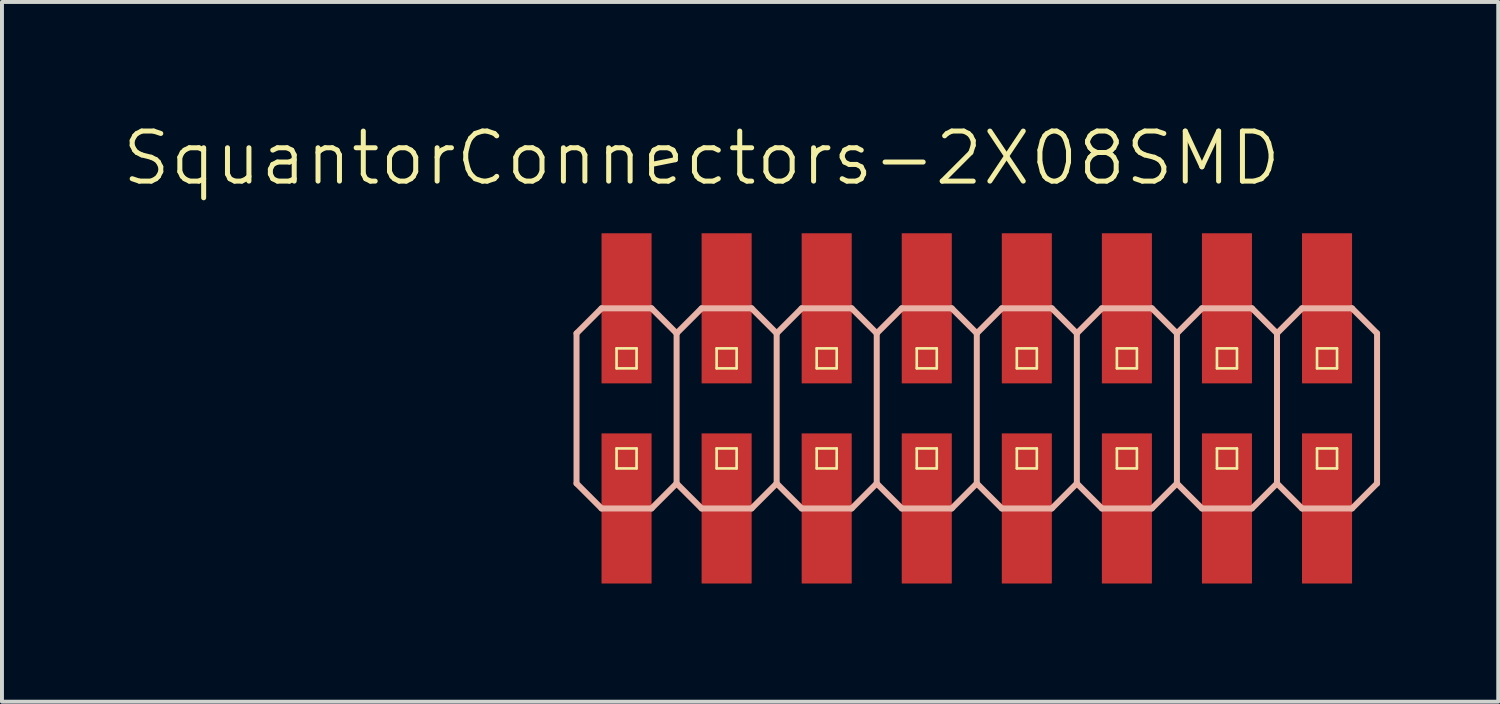
<source format=kicad_pcb>
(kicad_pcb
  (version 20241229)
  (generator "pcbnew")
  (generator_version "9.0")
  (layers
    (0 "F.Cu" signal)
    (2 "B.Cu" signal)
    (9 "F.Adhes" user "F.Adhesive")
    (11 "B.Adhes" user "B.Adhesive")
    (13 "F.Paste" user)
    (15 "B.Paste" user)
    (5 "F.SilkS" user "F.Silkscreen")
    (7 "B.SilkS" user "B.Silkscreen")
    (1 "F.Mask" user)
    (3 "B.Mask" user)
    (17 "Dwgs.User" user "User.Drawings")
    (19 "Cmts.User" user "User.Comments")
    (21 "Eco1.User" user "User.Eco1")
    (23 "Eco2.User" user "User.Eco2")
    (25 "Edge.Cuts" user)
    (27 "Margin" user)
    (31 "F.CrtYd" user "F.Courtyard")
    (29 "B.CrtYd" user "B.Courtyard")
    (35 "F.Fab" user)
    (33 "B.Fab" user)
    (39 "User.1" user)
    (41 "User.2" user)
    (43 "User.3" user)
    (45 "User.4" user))
  (footprint "SquantorConnectors-2X08SMD"
    (layer "F.Cu")
    (at 21.744 7.316)
    (property "Reference" "SquantorConnectors-2X08SMD" (at -6.985 -6.35 0) (layer "F.SilkS") (effects (font (size 1.27 1.27) (thickness 0.127))))
    (attr smd)
    (fp_line (start -9.144 -1.524) (end -8.636 -1.524) (stroke (width 0.066) (type solid)) (layer "F.SilkS"))
    (fp_line (start -9.144 -1.016) (end -9.144 -1.524) (stroke (width 0.066) (type solid)) (layer "F.SilkS"))
    (fp_line (start -9.144 -1.016) (end -8.636 -1.016) (stroke (width 0.066) (type solid)) (layer "F.SilkS"))
    (fp_line (start -9.144 1.016) (end -8.636 1.016) (stroke (width 0.066) (type solid)) (layer "F.SilkS"))
    (fp_line (start -9.144 1.524) (end -9.144 1.016) (stroke (width 0.066) (type solid)) (layer "F.SilkS"))
    (fp_line (start -9.144 1.524) (end -8.636 1.524) (stroke (width 0.066) (type solid)) (layer "F.SilkS"))
    (fp_line (start -8.636 -1.016) (end -8.636 -1.524) (stroke (width 0.066) (type solid)) (layer "F.SilkS"))
    (fp_line (start -8.636 1.524) (end -8.636 1.016) (stroke (width 0.066) (type solid)) (layer "F.SilkS"))
    (fp_line (start -6.604 -1.524) (end -6.096 -1.524) (stroke (width 0.066) (type solid)) (layer "F.SilkS"))
    (fp_line (start -6.604 -1.016) (end -6.604 -1.524) (stroke (width 0.066) (type solid)) (layer "F.SilkS"))
    (fp_line (start -6.604 -1.016) (end -6.096 -1.016) (stroke (width 0.066) (type solid)) (layer "F.SilkS"))
    (fp_line (start -6.604 1.016) (end -6.096 1.016) (stroke (width 0.066) (type solid)) (layer "F.SilkS"))
    (fp_line (start -6.604 1.524) (end -6.604 1.016) (stroke (width 0.066) (type solid)) (layer "F.SilkS"))
    (fp_line (start -6.604 1.524) (end -6.096 1.524) (stroke (width 0.066) (type solid)) (layer "F.SilkS"))
    (fp_line (start -6.096 -1.016) (end -6.096 -1.524) (stroke (width 0.066) (type solid)) (layer "F.SilkS"))
    (fp_line (start -6.096 1.524) (end -6.096 1.016) (stroke (width 0.066) (type solid)) (layer "F.SilkS"))
    (fp_line (start -4.064 -1.524) (end -3.556 -1.524) (stroke (width 0.066) (type solid)) (layer "F.SilkS"))
    (fp_line (start -4.064 -1.016) (end -4.064 -1.524) (stroke (width 0.066) (type solid)) (layer "F.SilkS"))
    (fp_line (start -4.064 -1.016) (end -3.556 -1.016) (stroke (width 0.066) (type solid)) (layer "F.SilkS"))
    (fp_line (start -4.064 1.016) (end -3.556 1.016) (stroke (width 0.066) (type solid)) (layer "F.SilkS"))
    (fp_line (start -4.064 1.524) (end -4.064 1.016) (stroke (width 0.066) (type solid)) (layer "F.SilkS"))
    (fp_line (start -4.064 1.524) (end -3.556 1.524) (stroke (width 0.066) (type solid)) (layer "F.SilkS"))
    (fp_line (start -3.556 -1.016) (end -3.556 -1.524) (stroke (width 0.066) (type solid)) (layer "F.SilkS"))
    (fp_line (start -3.556 1.524) (end -3.556 1.016) (stroke (width 0.066) (type solid)) (layer "F.SilkS"))
    (fp_line (start -1.524 -1.524) (end -1.016 -1.524) (stroke (width 0.066) (type solid)) (layer "F.SilkS"))
    (fp_line (start -1.524 -1.016) (end -1.524 -1.524) (stroke (width 0.066) (type solid)) (layer "F.SilkS"))
    (fp_line (start -1.524 -1.016) (end -1.016 -1.016) (stroke (width 0.066) (type solid)) (layer "F.SilkS"))
    (fp_line (start -1.524 1.016) (end -1.016 1.016) (stroke (width 0.066) (type solid)) (layer "F.SilkS"))
    (fp_line (start -1.524 1.524) (end -1.524 1.016) (stroke (width 0.066) (type solid)) (layer "F.SilkS"))
    (fp_line (start -1.524 1.524) (end -1.016 1.524) (stroke (width 0.066) (type solid)) (layer "F.SilkS"))
    (fp_line (start -1.016 -1.016) (end -1.016 -1.524) (stroke (width 0.066) (type solid)) (layer "F.SilkS"))
    (fp_line (start -1.016 1.524) (end -1.016 1.016) (stroke (width 0.066) (type solid)) (layer "F.SilkS"))
    (fp_line (start 1.016 -1.524) (end 1.524 -1.524) (stroke (width 0.066) (type solid)) (layer "F.SilkS"))
    (fp_line (start 1.016 -1.016) (end 1.016 -1.524) (stroke (width 0.066) (type solid)) (layer "F.SilkS"))
    (fp_line (start 1.016 -1.016) (end 1.524 -1.016) (stroke (width 0.066) (type solid)) (layer "F.SilkS"))
    (fp_line (start 1.016 1.016) (end 1.524 1.016) (stroke (width 0.066) (type solid)) (layer "F.SilkS"))
    (fp_line (start 1.016 1.524) (end 1.016 1.016) (stroke (width 0.066) (type solid)) (layer "F.SilkS"))
    (fp_line (start 1.016 1.524) (end 1.524 1.524) (stroke (width 0.066) (type solid)) (layer "F.SilkS"))
    (fp_line (start 1.524 -1.016) (end 1.524 -1.524) (stroke (width 0.066) (type solid)) (layer "F.SilkS"))
    (fp_line (start 1.524 1.524) (end 1.524 1.016) (stroke (width 0.066) (type solid)) (layer "F.SilkS"))
    (fp_line (start 3.556 -1.524) (end 4.064 -1.524) (stroke (width 0.066) (type solid)) (layer "F.SilkS"))
    (fp_line (start 3.556 -1.016) (end 3.556 -1.524) (stroke (width 0.066) (type solid)) (layer "F.SilkS"))
    (fp_line (start 3.556 -1.016) (end 4.064 -1.016) (stroke (width 0.066) (type solid)) (layer "F.SilkS"))
    (fp_line (start 3.556 1.016) (end 4.064 1.016) (stroke (width 0.066) (type solid)) (layer "F.SilkS"))
    (fp_line (start 3.556 1.524) (end 3.556 1.016) (stroke (width 0.066) (type solid)) (layer "F.SilkS"))
    (fp_line (start 3.556 1.524) (end 4.064 1.524) (stroke (width 0.066) (type solid)) (layer "F.SilkS"))
    (fp_line (start 4.064 -1.016) (end 4.064 -1.524) (stroke (width 0.066) (type solid)) (layer "F.SilkS"))
    (fp_line (start 4.064 1.524) (end 4.064 1.016) (stroke (width 0.066) (type solid)) (layer "F.SilkS"))
    (fp_line (start 6.096 -1.524) (end 6.604 -1.524) (stroke (width 0.066) (type solid)) (layer "F.SilkS"))
    (fp_line (start 6.096 -1.016) (end 6.096 -1.524) (stroke (width 0.066) (type solid)) (layer "F.SilkS"))
    (fp_line (start 6.096 -1.016) (end 6.604 -1.016) (stroke (width 0.066) (type solid)) (layer "F.SilkS"))
    (fp_line (start 6.096 1.016) (end 6.604 1.016) (stroke (width 0.066) (type solid)) (layer "F.SilkS"))
    (fp_line (start 6.096 1.524) (end 6.096 1.016) (stroke (width 0.066) (type solid)) (layer "F.SilkS"))
    (fp_line (start 6.096 1.524) (end 6.604 1.524) (stroke (width 0.066) (type solid)) (layer "F.SilkS"))
    (fp_line (start 6.604 -1.016) (end 6.604 -1.524) (stroke (width 0.066) (type solid)) (layer "F.SilkS"))
    (fp_line (start 6.604 1.524) (end 6.604 1.016) (stroke (width 0.066) (type solid)) (layer "F.SilkS"))
    (fp_line (start 8.636 -1.524) (end 9.144 -1.524) (stroke (width 0.066) (type solid)) (layer "F.SilkS"))
    (fp_line (start 8.636 -1.016) (end 8.636 -1.524) (stroke (width 0.066) (type solid)) (layer "F.SilkS"))
    (fp_line (start 8.636 -1.016) (end 9.144 -1.016) (stroke (width 0.066) (type solid)) (layer "F.SilkS"))
    (fp_line (start 8.636 1.016) (end 9.144 1.016) (stroke (width 0.066) (type solid)) (layer "F.SilkS"))
    (fp_line (start 8.636 1.524) (end 8.636 1.016) (stroke (width 0.066) (type solid)) (layer "F.SilkS"))
    (fp_line (start 8.636 1.524) (end 9.144 1.524) (stroke (width 0.066) (type solid)) (layer "F.SilkS"))
    (fp_line (start 9.144 -1.016) (end 9.144 -1.524) (stroke (width 0.066) (type solid)) (layer "F.SilkS"))
    (fp_line (start 9.144 1.524) (end 9.144 1.016) (stroke (width 0.066) (type solid)) (layer "F.SilkS"))
    (fp_line (start -10.16 -1.905) (end -9.525 -2.54) (stroke (width 0.152) (type solid)) (layer "B.SilkS"))
    (fp_line (start -10.16 1.905) (end -10.16 -1.905) (stroke (width 0.152) (type solid)) (layer "B.SilkS"))
    (fp_line (start -10.16 1.905) (end -9.525 2.54) (stroke (width 0.152) (type solid)) (layer "B.SilkS"))
    (fp_line (start -9.525 -2.54) (end -8.255 -2.54) (stroke (width 0.152) (type solid)) (layer "B.SilkS"))
    (fp_line (start -9.525 2.54) (end -8.255 2.54) (stroke (width 0.152) (type solid)) (layer "B.SilkS"))
    (fp_line (start -8.255 -2.54) (end -7.62 -1.905) (stroke (width 0.152) (type solid)) (layer "B.SilkS"))
    (fp_line (start -8.255 2.54) (end -7.62 1.905) (stroke (width 0.152) (type solid)) (layer "B.SilkS"))
    (fp_line (start -7.62 -1.905) (end -7.62 1.905) (stroke (width 0.152) (type solid)) (layer "B.SilkS"))
    (fp_line (start -7.62 -1.905) (end -6.985 -2.54) (stroke (width 0.152) (type solid)) (layer "B.SilkS"))
    (fp_line (start -7.62 1.905) (end -6.985 2.54) (stroke (width 0.152) (type solid)) (layer "B.SilkS"))
    (fp_line (start -6.985 -2.54) (end -5.715 -2.54) (stroke (width 0.152) (type solid)) (layer "B.SilkS"))
    (fp_line (start -6.985 2.54) (end -5.715 2.54) (stroke (width 0.152) (type solid)) (layer "B.SilkS"))
    (fp_line (start -5.715 -2.54) (end -5.08 -1.905) (stroke (width 0.152) (type solid)) (layer "B.SilkS"))
    (fp_line (start -5.715 2.54) (end -5.08 1.905) (stroke (width 0.152) (type solid)) (layer "B.SilkS"))
    (fp_line (start -5.08 -1.905) (end -5.08 1.905) (stroke (width 0.152) (type solid)) (layer "B.SilkS"))
    (fp_line (start -5.08 -1.905) (end -4.445 -2.54) (stroke (width 0.152) (type solid)) (layer "B.SilkS"))
    (fp_line (start -5.08 1.905) (end -4.445 2.54) (stroke (width 0.152) (type solid)) (layer "B.SilkS"))
    (fp_line (start -4.445 -2.54) (end -3.175 -2.54) (stroke (width 0.152) (type solid)) (layer "B.SilkS"))
    (fp_line (start -4.445 2.54) (end -3.175 2.54) (stroke (width 0.152) (type solid)) (layer "B.SilkS"))
    (fp_line (start -3.175 -2.54) (end -2.54 -1.905) (stroke (width 0.152) (type solid)) (layer "B.SilkS"))
    (fp_line (start -3.175 2.54) (end -2.54 1.905) (stroke (width 0.152) (type solid)) (layer "B.SilkS"))
    (fp_line (start -2.54 -1.905) (end -2.54 1.905) (stroke (width 0.152) (type solid)) (layer "B.SilkS"))
    (fp_line (start -2.54 -1.905) (end -1.905 -2.54) (stroke (width 0.152) (type solid)) (layer "B.SilkS"))
    (fp_line (start -2.54 1.905) (end -1.905 2.54) (stroke (width 0.152) (type solid)) (layer "B.SilkS"))
    (fp_line (start -1.905 -2.54) (end -0.635 -2.54) (stroke (width 0.152) (type solid)) (layer "B.SilkS"))
    (fp_line (start -1.905 2.54) (end -0.635 2.54) (stroke (width 0.152) (type solid)) (layer "B.SilkS"))
    (fp_line (start -0.635 -2.54) (end 0 -1.905) (stroke (width 0.152) (type solid)) (layer "B.SilkS"))
    (fp_line (start -0.635 2.54) (end 0 1.905) (stroke (width 0.152) (type solid)) (layer "B.SilkS"))
    (fp_line (start 0 -1.905) (end 0 1.905) (stroke (width 0.152) (type solid)) (layer "B.SilkS"))
    (fp_line (start 0 -1.905) (end 0.635 -2.54) (stroke (width 0.152) (type solid)) (layer "B.SilkS"))
    (fp_line (start 0 1.905) (end 0.635 2.54) (stroke (width 0.152) (type solid)) (layer "B.SilkS"))
    (fp_line (start 0.635 -2.54) (end 1.905 -2.54) (stroke (width 0.152) (type solid)) (layer "B.SilkS"))
    (fp_line (start 0.635 2.54) (end 1.905 2.54) (stroke (width 0.152) (type solid)) (layer "B.SilkS"))
    (fp_line (start 1.905 -2.54) (end 2.54 -1.905) (stroke (width 0.152) (type solid)) (layer "B.SilkS"))
    (fp_line (start 1.905 2.54) (end 2.54 1.905) (stroke (width 0.152) (type solid)) (layer "B.SilkS"))
    (fp_line (start 2.54 -1.905) (end 2.54 1.905) (stroke (width 0.152) (type solid)) (layer "B.SilkS"))
    (fp_line (start 2.54 -1.905) (end 3.175 -2.54) (stroke (width 0.152) (type solid)) (layer "B.SilkS"))
    (fp_line (start 2.54 1.905) (end 3.175 2.54) (stroke (width 0.152) (type solid)) (layer "B.SilkS"))
    (fp_line (start 3.175 -2.54) (end 4.445 -2.54) (stroke (width 0.152) (type solid)) (layer "B.SilkS"))
    (fp_line (start 3.175 2.54) (end 4.445 2.54) (stroke (width 0.152) (type solid)) (layer "B.SilkS"))
    (fp_line (start 4.445 -2.54) (end 5.08 -1.905) (stroke (width 0.152) (type solid)) (layer "B.SilkS"))
    (fp_line (start 4.445 2.54) (end 5.08 1.905) (stroke (width 0.152) (type solid)) (layer "B.SilkS"))
    (fp_line (start 5.08 -1.905) (end 5.08 1.905) (stroke (width 0.152) (type solid)) (layer "B.SilkS"))
    (fp_line (start 5.08 -1.905) (end 5.715 -2.54) (stroke (width 0.152) (type solid)) (layer "B.SilkS"))
    (fp_line (start 5.08 1.905) (end 5.715 2.54) (stroke (width 0.152) (type solid)) (layer "B.SilkS"))
    (fp_line (start 5.715 -2.54) (end 6.985 -2.54) (stroke (width 0.152) (type solid)) (layer "B.SilkS"))
    (fp_line (start 6.985 -2.54) (end 7.62 -1.905) (stroke (width 0.152) (type solid)) (layer "B.SilkS"))
    (fp_line (start 6.985 2.54) (end 5.715 2.54) (stroke (width 0.152) (type solid)) (layer "B.SilkS"))
    (fp_line (start 7.62 -1.905) (end 7.62 1.905) (stroke (width 0.152) (type solid)) (layer "B.SilkS"))
    (fp_line (start 7.62 -1.905) (end 8.255 -2.54) (stroke (width 0.152) (type solid)) (layer "B.SilkS"))
    (fp_line (start 7.62 1.905) (end 6.985 2.54) (stroke (width 0.152) (type solid)) (layer "B.SilkS"))
    (fp_line (start 7.62 1.905) (end 8.255 2.54) (stroke (width 0.152) (type solid)) (layer "B.SilkS"))
    (fp_line (start 8.255 -2.54) (end 9.525 -2.54) (stroke (width 0.152) (type solid)) (layer "B.SilkS"))
    (fp_line (start 9.525 -2.54) (end 10.16 -1.905) (stroke (width 0.152) (type solid)) (layer "B.SilkS"))
    (fp_line (start 9.525 2.54) (end 8.255 2.54) (stroke (width 0.152) (type solid)) (layer "B.SilkS"))
    (fp_line (start 10.16 -1.905) (end 10.16 1.905) (stroke (width 0.152) (type solid)) (layer "B.SilkS"))
    (fp_line (start 10.16 1.905) (end 9.525 2.54) (stroke (width 0.152) (type solid)) (layer "B.SilkS"))
    (pad "1" smd rect (at -8.89 2.54 90) (size 3.81 1.27) (layers "F.Cu" "F.Mask" "F.Paste"))
    (pad "2" smd rect (at -8.89 -2.54 90) (size 3.81 1.27) (layers "F.Cu" "F.Mask" "F.Paste"))
    (pad "3" smd rect (at -6.35 2.54 90) (size 3.81 1.27) (layers "F.Cu" "F.Mask" "F.Paste"))
    (pad "4" smd rect (at -6.35 -2.54 90) (size 3.81 1.27) (layers "F.Cu" "F.Mask" "F.Paste"))
    (pad "5" smd rect (at -3.81 2.54 90) (size 3.81 1.27) (layers "F.Cu" "F.Mask" "F.Paste"))
    (pad "6" smd rect (at -3.81 -2.54 90) (size 3.81 1.27) (layers "F.Cu" "F.Mask" "F.Paste"))
    (pad "7" smd rect (at -1.27 2.54 90) (size 3.81 1.27) (layers "F.Cu" "F.Mask" "F.Paste"))
    (pad "8" smd rect (at -1.27 -2.54 90) (size 3.81 1.27) (layers "F.Cu" "F.Mask" "F.Paste"))
    (pad "9" smd rect (at 1.27 2.54 90) (size 3.81 1.27) (layers "F.Cu" "F.Mask" "F.Paste"))
    (pad "10" smd rect (at 1.27 -2.54 90) (size 3.81 1.27) (layers "F.Cu" "F.Mask" "F.Paste"))
    (pad "11" smd rect (at 3.81 2.54 90) (size 3.81 1.27) (layers "F.Cu" "F.Mask" "F.Paste"))
    (pad "12" smd rect (at 3.81 -2.54 90) (size 3.81 1.27) (layers "F.Cu" "F.Mask" "F.Paste"))
    (pad "13" smd rect (at 6.35 2.54 90) (size 3.81 1.27) (layers "F.Cu" "F.Mask" "F.Paste"))
    (pad "14" smd rect (at 6.35 -2.54 90) (size 3.81 1.27) (layers "F.Cu" "F.Mask" "F.Paste"))
    (pad "15" smd rect (at 8.89 2.54 90) (size 3.81 1.27) (layers "F.Cu" "F.Mask" "F.Paste"))
    (pad "16" smd rect (at 8.89 -2.54 90) (size 3.81 1.27) (layers "F.Cu" "F.Mask" "F.Paste")))
  (gr_rect
    (start -3 -3)
    (end 34.98 14.761)
    (stroke (width 0.1) (type default))
    (fill no)
    (layer "Edge.Cuts")))
</source>
